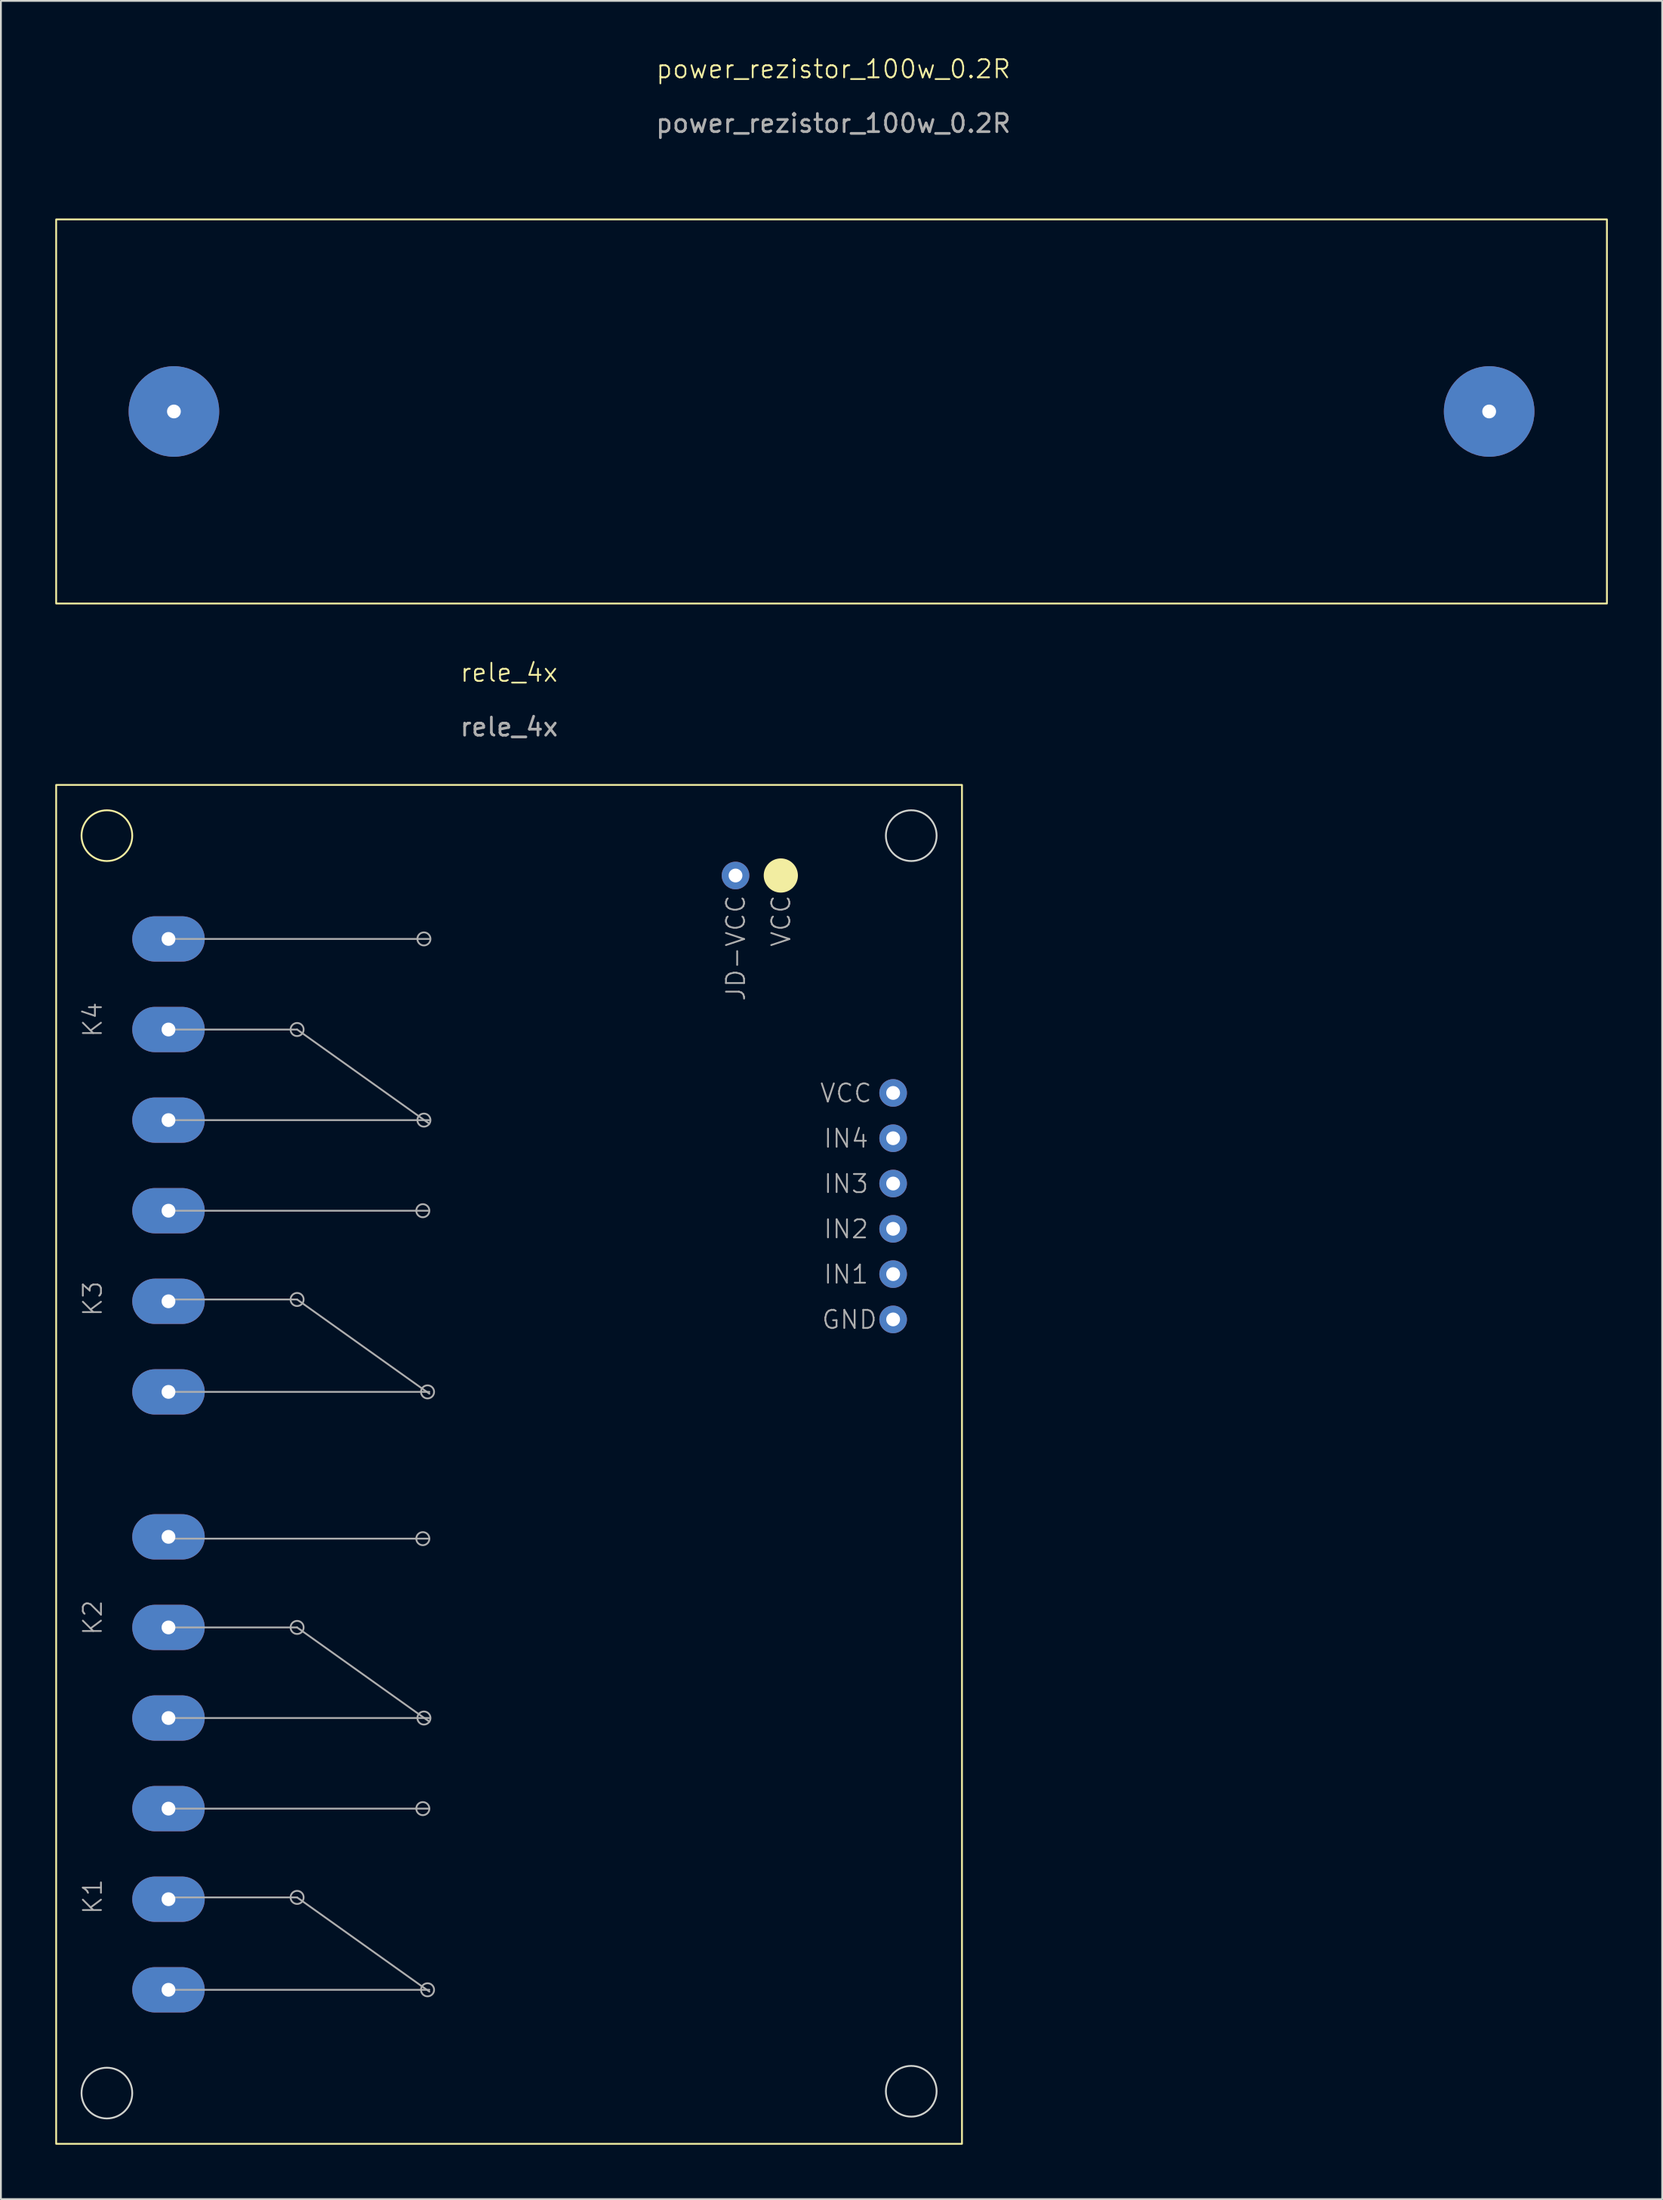
<source format=kicad_pcb>
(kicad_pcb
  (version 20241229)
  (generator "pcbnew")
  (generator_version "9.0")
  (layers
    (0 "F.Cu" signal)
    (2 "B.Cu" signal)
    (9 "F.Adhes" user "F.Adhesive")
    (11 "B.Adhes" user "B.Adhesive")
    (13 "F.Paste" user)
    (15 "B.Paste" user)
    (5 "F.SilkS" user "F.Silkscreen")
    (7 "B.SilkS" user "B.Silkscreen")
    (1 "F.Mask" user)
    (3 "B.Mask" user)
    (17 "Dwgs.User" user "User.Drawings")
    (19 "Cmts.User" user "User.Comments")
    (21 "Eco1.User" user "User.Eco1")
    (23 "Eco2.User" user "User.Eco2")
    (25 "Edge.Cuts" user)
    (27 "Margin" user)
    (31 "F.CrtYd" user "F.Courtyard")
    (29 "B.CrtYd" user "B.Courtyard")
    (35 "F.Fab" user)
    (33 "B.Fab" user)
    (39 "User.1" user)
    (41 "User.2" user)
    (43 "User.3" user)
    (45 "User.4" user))
  (footprint "power_rezistor_100w_0.2R"
    (layer "F.Cu")
    (at 42.95 1.26)
    (property "Reference" "power_rezistor_100w_0.2R" (at 0 -0.5 0) (unlocked yes) (layer "F.SilkS") (effects (font (size 1 1) (thickness 0.1))))
    (attr through_hole)
    (fp_rect (start -42.9 7.8) (end 42.7 29) (stroke (width 0.1) (type default)) (fill no) (layer "F.SilkS"))
    (fp_text user "${REFERENCE}" (at 0 2.5 0) (unlocked yes) (layer "F.Fab") (effects (font (size 1 1) (thickness 0.15))))
    (pad "1" thru_hole circle (at -36.4 18.4) (size 5 5) (drill 0.762) (layers "*.Cu" "*.Mask"))
    (pad "2" thru_hole circle (at 36.2 18.4) (size 5 5) (drill 0.762) (layers "*.Cu" "*.Mask")))
  (footprint "rele_4x"
    (layer "F.Cu")
    (at 25.05 34.571)
    (property "Reference" "rele_4x" (at 0 -0.5 0) (unlocked yes) (layer "F.SilkS") (effects (font (size 1 1) (thickness 0.1))))
    (attr through_hole)
    (fp_rect (start 25 5.7) (end -25 80.7) (stroke (width 0.1) (type default)) (fill no) (layer "F.SilkS"))
    (fp_circle (center -22.2 8.5) (end -20.8 8.5) (stroke (width 0.1) (type default)) (fill no) (layer "F.SilkS"))
    (fp_circle (center 15 10.7) (end 15.894 10.7) (stroke (width 0.1) (type solid)) (fill yes) (layer "F.SilkS"))
    (fp_circle (center -22.2 77.9) (end -20.8 77.9) (stroke (width 0.1) (type default)) (fill no) (layer "Edge.Cuts"))
    (fp_circle (center 22.2 8.5) (end 23.6 8.5) (stroke (width 0.1) (type default)) (fill no) (layer "Edge.Cuts"))
    (fp_circle (center 22.2 77.8) (end 23.6 77.8) (stroke (width 0.1) (type default)) (fill no) (layer "Edge.Cuts"))
    (fp_line (start -18.8 14.2) (end -4.4 14.2) (stroke (width 0.1) (type default)) (layer "F.Fab"))
    (fp_line (start -18.8 24.2) (end -4.4 24.2) (stroke (width 0.1) (type default)) (layer "F.Fab"))
    (fp_line (start -18.8 29.2) (end -4.4 29.2) (stroke (width 0.1) (type default)) (layer "F.Fab"))
    (fp_line (start -18.8 39.2) (end -4.4 39.2) (stroke (width 0.1) (type default)) (layer "F.Fab"))
    (fp_line (start -18.8 47.3) (end -4.4 47.3) (stroke (width 0.1) (type default)) (layer "F.Fab"))
    (fp_line (start -18.8 57.2) (end -4.4 57.2) (stroke (width 0.1) (type default)) (layer "F.Fab"))
    (fp_line (start -18.8 62.2) (end -4.4 62.2) (stroke (width 0.1) (type default)) (layer "F.Fab"))
    (fp_line (start -18.8 72.2) (end -4.4 72.2) (stroke (width 0.1) (type default)) (layer "F.Fab"))
    (fp_line (start -18.7 19.2) (end -11.7 19.2) (stroke (width 0.1) (type default)) (layer "F.Fab"))
    (fp_line (start -18.7 34.1) (end -11.7 34.1) (stroke (width 0.1) (type default)) (layer "F.Fab"))
    (fp_line (start -18.7 52.2) (end -11.7 52.2) (stroke (width 0.1) (type default)) (layer "F.Fab"))
    (fp_line (start -18.7 67.1) (end -11.7 67.1) (stroke (width 0.1) (type default)) (layer "F.Fab"))
    (fp_line (start -11.7 19.2) (end -4.4 24.4) (stroke (width 0.1) (type default)) (layer "F.Fab"))
    (fp_line (start -11.7 34.1) (end -4.4 39.3) (stroke (width 0.1) (type default)) (layer "F.Fab"))
    (fp_line (start -11.7 52.2) (end -4.4 57.4) (stroke (width 0.1) (type default)) (layer "F.Fab"))
    (fp_line (start -11.7 67.1) (end -4.4 72.3) (stroke (width 0.1) (type default)) (layer "F.Fab"))
    (fp_circle (center -11.7 19.2) (end -11.339 19.2) (stroke (width 0.1) (type solid)) (fill no) (layer "F.Fab"))
    (fp_circle (center -11.7 34.1) (end -11.339 34.1) (stroke (width 0.1) (type solid)) (fill no) (layer "F.Fab"))
    (fp_circle (center -11.7 52.2) (end -11.339 52.2) (stroke (width 0.1) (type solid)) (fill no) (layer "F.Fab"))
    (fp_circle (center -11.7 67.1) (end -11.339 67.1) (stroke (width 0.1) (type solid)) (fill no) (layer "F.Fab"))
    (fp_circle (center -4.761 29.2) (end -4.4 29.2) (stroke (width 0.1) (type solid)) (fill no) (layer "F.Fab"))
    (fp_circle (center -4.761 47.3) (end -4.4 47.3) (stroke (width 0.1) (type solid)) (fill no) (layer "F.Fab"))
    (fp_circle (center -4.761 62.2) (end -4.4 62.2) (stroke (width 0.1) (type solid)) (fill no) (layer "F.Fab"))
    (fp_circle (center -4.7 14.2) (end -4.339 14.2) (stroke (width 0.1) (type solid)) (fill no) (layer "F.Fab"))
    (fp_circle (center -4.7 24.2) (end -4.339 24.2) (stroke (width 0.1) (type solid)) (fill no) (layer "F.Fab"))
    (fp_circle (center -4.7 57.2) (end -4.339 57.2) (stroke (width 0.1) (type solid)) (fill no) (layer "F.Fab"))
    (fp_circle (center -4.5 39.2) (end -4.139 39.2) (stroke (width 0.1) (type solid)) (fill no) (layer "F.Fab"))
    (fp_circle (center -4.5 72.2) (end -4.139 72.2) (stroke (width 0.1) (type solid)) (fill no) (layer "F.Fab"))
    (fp_text user "JD-VCC" (at 13.1 17.7 90) (unlocked yes) (layer "F.Fab") (effects (font (size 1 1) (thickness 0.1)) (justify left bottom)))
    (fp_text user "K3" (at -22.4 35.1 90) (unlocked yes) (layer "F.Fab") (effects (font (size 1 1) (thickness 0.1)) (justify left bottom)))
    (fp_text user "K4" (at -22.4 19.7 90) (unlocked yes) (layer "F.Fab") (effects (font (size 1 1) (thickness 0.1)) (justify left bottom)))
    (fp_text user "IN2" (at 17.3 30.8 0) (unlocked yes) (layer "F.Fab") (effects (font (size 1 1) (thickness 0.1)) (justify left bottom)))
    (fp_text user "K1" (at -22.4 68.1 90) (unlocked yes) (layer "F.Fab") (effects (font (size 1 1) (thickness 0.1)) (justify left bottom)))
    (fp_text user "GND" (at 17.2 35.8 0) (unlocked yes) (layer "F.Fab") (effects (font (size 1 1) (thickness 0.1)) (justify left bottom)))
    (fp_text user "K2" (at -22.4 52.7 90) (unlocked yes) (layer "F.Fab") (effects (font (size 1 1) (thickness 0.1)) (justify left bottom)))
    (fp_text user "VCC" (at 15.6 14.7 90) (unlocked yes) (layer "F.Fab") (effects (font (size 1 1) (thickness 0.1)) (justify left bottom)))
    (fp_text user "IN3" (at 17.3 28.3 0) (unlocked yes) (layer "F.Fab") (effects (font (size 1 1) (thickness 0.1)) (justify left bottom)))
    (fp_text user "${REFERENCE}" (at 0 2.5 0) (unlocked yes) (layer "F.Fab") (effects (font (size 1 1) (thickness 0.15))))
    (fp_text user "VCC" (at 17.1 23.3 0) (unlocked yes) (layer "F.Fab") (effects (font (size 1 1) (thickness 0.1)) (justify left bottom)))
    (fp_text user "IN4" (at 17.3 25.8 0) (unlocked yes) (layer "F.Fab") (effects (font (size 1 1) (thickness 0.1)) (justify left bottom)))
    (fp_text user "IN1" (at 17.3 33.3 0) (unlocked yes) (layer "F.Fab") (effects (font (size 1 1) (thickness 0.1)) (justify left bottom)))
    (pad "1" thru_hole circle (at 21.2 35.2) (size 1.524 1.524) (drill 0.762) (layers "*.Cu" "*.Mask"))
    (pad "2" thru_hole circle (at 21.2 22.7) (size 1.524 1.524) (drill 0.762) (layers "*.Cu" "*.Mask"))
    (pad "3" thru_hole circle (at 12.5 10.7 270) (size 1.524 1.524) (drill 0.762) (layers "*.Cu" "*.Mask"))
    (pad "11" thru_hole oval (at -18.8 72.2 180) (size 4 2.5) (drill 0.762) (layers "*.Cu" "*.Mask"))
    (pad "12" thru_hole oval (at -18.8 67.2) (size 4 2.5) (drill 0.762) (layers "*.Cu" "*.Mask"))
    (pad "13" thru_hole oval (at -18.8 62.2 180) (size 4 2.5) (drill 0.762) (layers "*.Cu" "*.Mask"))
    (pad "14" thru_hole circle (at 21.2 32.7) (size 1.524 1.524) (drill 0.762) (layers "*.Cu" "*.Mask"))
    (pad "21" thru_hole oval (at -18.8 57.2) (size 4 2.5) (drill 0.762) (layers "*.Cu" "*.Mask"))
    (pad "22" thru_hole oval (at -18.8 52.2 180) (size 4 2.5) (drill 0.762) (layers "*.Cu" "*.Mask"))
    (pad "23" thru_hole oval (at -18.8 47.2) (size 4 2.5) (drill 0.762) (layers "*.Cu" "*.Mask"))
    (pad "24" thru_hole circle (at 21.2 30.2) (size 1.524 1.524) (drill 0.762) (layers "*.Cu" "*.Mask"))
    (pad "31" thru_hole oval (at -18.8 39.2 180) (size 4 2.5) (drill 0.762) (layers "*.Cu" "*.Mask"))
    (pad "32" thru_hole oval (at -18.8 34.2) (size 4 2.5) (drill 0.762) (layers "*.Cu" "*.Mask"))
    (pad "33" thru_hole oval (at -18.8 29.2 180) (size 4 2.5) (drill 0.762) (layers "*.Cu" "*.Mask"))
    (pad "34" thru_hole circle (at 21.2 27.7) (size 1.524 1.524) (drill 0.762) (layers "*.Cu" "*.Mask"))
    (pad "41" thru_hole oval (at -18.8 24.2) (size 4 2.5) (drill 0.762) (layers "*.Cu" "*.Mask"))
    (pad "42" thru_hole oval (at -18.8 19.2 180) (size 4 2.5) (drill 0.762) (layers "*.Cu" "*.Mask"))
    (pad "43" thru_hole oval (at -18.8 14.2) (size 4 2.5) (drill 0.762) (layers "*.Cu" "*.Mask"))
    (pad "44" thru_hole circle (at 21.2 25.2) (size 1.524 1.524) (drill 0.762) (layers "*.Cu" "*.Mask")))
  (gr_rect
    (start -3 -3)
    (end 88.7 118.321)
    (stroke (width 0.1) (type default))
    (fill no)
    (layer "Edge.Cuts")))
</source>
